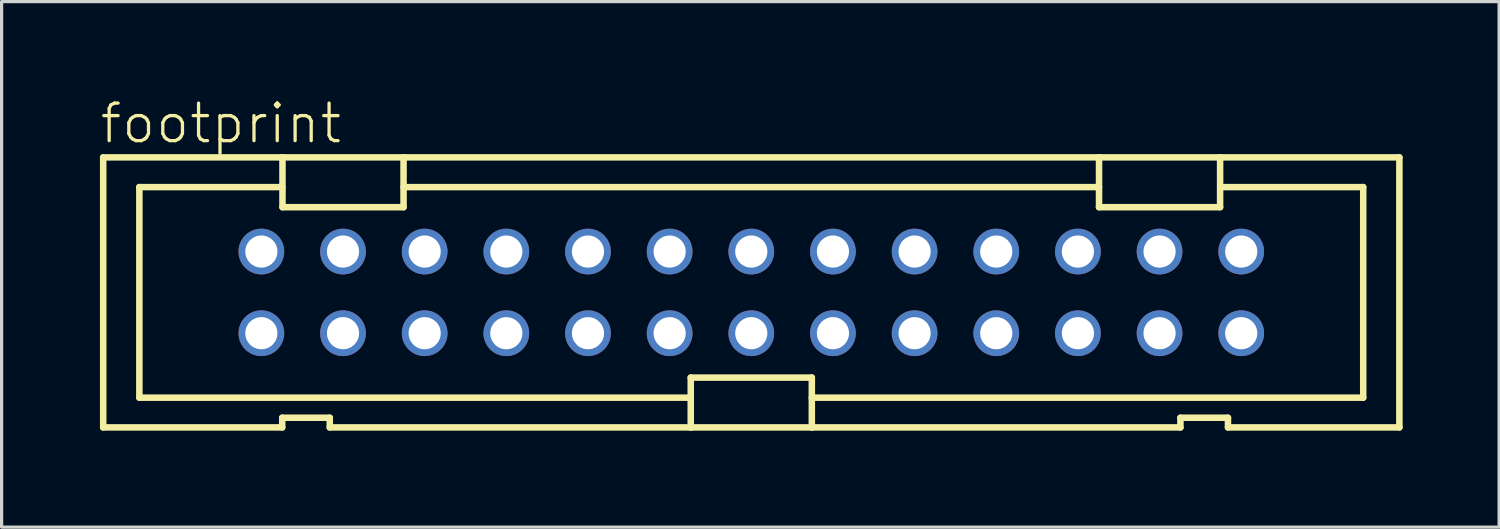
<source format=kicad_pcb>
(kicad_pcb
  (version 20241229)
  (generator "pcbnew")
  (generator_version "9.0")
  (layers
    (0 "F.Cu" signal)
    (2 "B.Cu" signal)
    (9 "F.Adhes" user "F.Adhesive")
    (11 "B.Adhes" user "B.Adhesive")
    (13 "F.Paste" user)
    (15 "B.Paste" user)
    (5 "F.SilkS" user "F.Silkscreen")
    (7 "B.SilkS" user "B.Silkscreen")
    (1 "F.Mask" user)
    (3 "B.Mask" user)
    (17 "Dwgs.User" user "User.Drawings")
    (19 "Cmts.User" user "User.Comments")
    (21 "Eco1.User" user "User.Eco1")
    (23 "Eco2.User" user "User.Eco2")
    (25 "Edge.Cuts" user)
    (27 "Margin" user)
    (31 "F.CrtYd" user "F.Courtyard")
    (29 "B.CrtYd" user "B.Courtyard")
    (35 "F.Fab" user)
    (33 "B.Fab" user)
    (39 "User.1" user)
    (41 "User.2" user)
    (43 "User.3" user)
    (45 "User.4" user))
  (footprint "footprint"
    (layer "F.Cu")
    (at 20.32 6.045)
    (property "Reference" "footprint" (at -20.32 -4.572 0) (layer "F.SilkS") (effects (font (size 1.168 1.168) (thickness 0.102)) (justify left bottom)))
    (fp_line (start -20.16 -4.2) (end -14.583 -4.2) (stroke (width 0.203) (type solid)) (layer "F.SilkS"))
    (fp_line (start -20.16 4.2) (end -20.16 -4.2) (stroke (width 0.203) (type solid)) (layer "F.SilkS"))
    (fp_line (start -19.035 -3.275) (end -14.59 -3.275) (stroke (width 0.203) (type solid)) (layer "F.SilkS"))
    (fp_line (start -19.035 3.275) (end -19.035 -3.275) (stroke (width 0.203) (type solid)) (layer "F.SilkS"))
    (fp_line (start -14.591 3.9) (end -14.591 4.2) (stroke (width 0.203) (type solid)) (layer "F.SilkS"))
    (fp_line (start -14.591 4.2) (end -20.16 4.2) (stroke (width 0.203) (type solid)) (layer "F.SilkS"))
    (fp_line (start -14.583 -4.2) (end -14.583 -2.65) (stroke (width 0.203) (type solid)) (layer "F.SilkS"))
    (fp_line (start -14.583 -4.2) (end -10.817 -4.2) (stroke (width 0.203) (type solid)) (layer "F.SilkS"))
    (fp_line (start -14.583 -2.65) (end -10.817 -2.65) (stroke (width 0.203) (type solid)) (layer "F.SilkS"))
    (fp_line (start -13.112 3.9) (end -14.591 3.9) (stroke (width 0.203) (type solid)) (layer "F.SilkS"))
    (fp_line (start -13.112 4.2) (end -13.112 3.9) (stroke (width 0.203) (type solid)) (layer "F.SilkS"))
    (fp_line (start -10.817 -4.2) (end 10.817 -4.2) (stroke (width 0.203) (type solid)) (layer "F.SilkS"))
    (fp_line (start -10.817 -2.65) (end -10.817 -4.2) (stroke (width 0.203) (type solid)) (layer "F.SilkS"))
    (fp_line (start -10.815 -3.275) (end 10.815 -3.275) (stroke (width 0.203) (type solid)) (layer "F.SilkS"))
    (fp_line (start -1.883 2.65) (end -1.883 4.2) (stroke (width 0.203) (type solid)) (layer "F.SilkS"))
    (fp_line (start -1.883 3.275) (end -19.035 3.275) (stroke (width 0.203) (type solid)) (layer "F.SilkS"))
    (fp_line (start -1.883 4.2) (end -13.112 4.2) (stroke (width 0.203) (type solid)) (layer "F.SilkS"))
    (fp_line (start 1.883 2.65) (end -1.883 2.65) (stroke (width 0.203) (type solid)) (layer "F.SilkS"))
    (fp_line (start 1.883 4.2) (end -1.883 4.2) (stroke (width 0.203) (type solid)) (layer "F.SilkS"))
    (fp_line (start 1.883 4.2) (end 1.883 2.65) (stroke (width 0.203) (type solid)) (layer "F.SilkS"))
    (fp_line (start 10.817 -4.2) (end 10.817 -2.65) (stroke (width 0.203) (type solid)) (layer "F.SilkS"))
    (fp_line (start 10.817 -4.2) (end 14.583 -4.2) (stroke (width 0.203) (type solid)) (layer "F.SilkS"))
    (fp_line (start 10.817 -2.65) (end 14.583 -2.65) (stroke (width 0.203) (type solid)) (layer "F.SilkS"))
    (fp_line (start 13.349 3.9) (end 13.349 4.2) (stroke (width 0.203) (type solid)) (layer "F.SilkS"))
    (fp_line (start 13.349 4.2) (end 1.883 4.2) (stroke (width 0.203) (type solid)) (layer "F.SilkS"))
    (fp_line (start 14.583 -4.2) (end 20.16 -4.2) (stroke (width 0.203) (type solid)) (layer "F.SilkS"))
    (fp_line (start 14.583 -2.65) (end 14.583 -4.2) (stroke (width 0.203) (type solid)) (layer "F.SilkS"))
    (fp_line (start 14.59 -3.275) (end 19.035 -3.275) (stroke (width 0.203) (type solid)) (layer "F.SilkS"))
    (fp_line (start 14.828 3.9) (end 13.349 3.9) (stroke (width 0.203) (type solid)) (layer "F.SilkS"))
    (fp_line (start 14.828 4.2) (end 14.828 3.9) (stroke (width 0.203) (type solid)) (layer "F.SilkS"))
    (fp_line (start 19.035 -3.275) (end 19.035 3.275) (stroke (width 0.203) (type solid)) (layer "F.SilkS"))
    (fp_line (start 19.035 3.275) (end 1.883 3.275) (stroke (width 0.203) (type solid)) (layer "F.SilkS"))
    (fp_line (start 20.16 -4.2) (end 20.16 4.2) (stroke (width 0.203) (type solid)) (layer "F.SilkS"))
    (fp_line (start 20.16 4.2) (end 14.828 4.2) (stroke (width 0.203) (type solid)) (layer "F.SilkS"))
    (pad "1" thru_hole circle (at -15.24 1.27) (size 1.422 1.422) (drill 1) (layers "*.Cu" "*.Mask"))
    (pad "2" thru_hole circle (at -15.24 -1.27) (size 1.422 1.422) (drill 1) (layers "*.Cu" "*.Mask"))
    (pad "3" thru_hole circle (at -12.7 1.27) (size 1.422 1.422) (drill 1) (layers "*.Cu" "*.Mask"))
    (pad "4" thru_hole circle (at -12.7 -1.27) (size 1.422 1.422) (drill 1) (layers "*.Cu" "*.Mask"))
    (pad "5" thru_hole circle (at -10.16 1.27) (size 1.422 1.422) (drill 1) (layers "*.Cu" "*.Mask"))
    (pad "6" thru_hole circle (at -10.16 -1.27) (size 1.422 1.422) (drill 1) (layers "*.Cu" "*.Mask"))
    (pad "7" thru_hole circle (at -7.62 1.27) (size 1.422 1.422) (drill 1) (layers "*.Cu" "*.Mask"))
    (pad "8" thru_hole circle (at -7.62 -1.27) (size 1.422 1.422) (drill 1) (layers "*.Cu" "*.Mask"))
    (pad "9" thru_hole circle (at -5.08 1.27) (size 1.422 1.422) (drill 1) (layers "*.Cu" "*.Mask"))
    (pad "10" thru_hole circle (at -5.08 -1.27) (size 1.422 1.422) (drill 1) (layers "*.Cu" "*.Mask"))
    (pad "11" thru_hole circle (at -2.54 1.27) (size 1.422 1.422) (drill 1) (layers "*.Cu" "*.Mask"))
    (pad "12" thru_hole circle (at -2.54 -1.27) (size 1.422 1.422) (drill 1) (layers "*.Cu" "*.Mask"))
    (pad "13" thru_hole circle (at 0 1.27) (size 1.422 1.422) (drill 1) (layers "*.Cu" "*.Mask"))
    (pad "14" thru_hole circle (at 0 -1.27) (size 1.422 1.422) (drill 1) (layers "*.Cu" "*.Mask"))
    (pad "15" thru_hole circle (at 2.54 1.27) (size 1.422 1.422) (drill 1) (layers "*.Cu" "*.Mask"))
    (pad "16" thru_hole circle (at 2.54 -1.27) (size 1.422 1.422) (drill 1) (layers "*.Cu" "*.Mask"))
    (pad "17" thru_hole circle (at 5.08 1.27) (size 1.422 1.422) (drill 1) (layers "*.Cu" "*.Mask"))
    (pad "18" thru_hole circle (at 5.08 -1.27) (size 1.422 1.422) (drill 1) (layers "*.Cu" "*.Mask"))
    (pad "19" thru_hole circle (at 7.62 1.27) (size 1.422 1.422) (drill 1) (layers "*.Cu" "*.Mask"))
    (pad "20" thru_hole circle (at 7.62 -1.27) (size 1.422 1.422) (drill 1) (layers "*.Cu" "*.Mask"))
    (pad "21" thru_hole circle (at 10.16 1.27) (size 1.422 1.422) (drill 1) (layers "*.Cu" "*.Mask"))
    (pad "22" thru_hole circle (at 10.16 -1.27) (size 1.422 1.422) (drill 1) (layers "*.Cu" "*.Mask"))
    (pad "23" thru_hole circle (at 12.7 1.27) (size 1.422 1.422) (drill 1) (layers "*.Cu" "*.Mask"))
    (pad "24" thru_hole circle (at 12.7 -1.27) (size 1.422 1.422) (drill 1) (layers "*.Cu" "*.Mask"))
    (pad "25" thru_hole circle (at 15.24 1.27) (size 1.422 1.422) (drill 1) (layers "*.Cu" "*.Mask"))
    (pad "26" thru_hole circle (at 15.24 -1.27) (size 1.422 1.422) (drill 1) (layers "*.Cu" "*.Mask")))
  (gr_rect
    (start -3 -3)
    (end 43.582 13.347)
    (stroke (width 0.1) (type default))
    (fill no)
    (layer "Edge.Cuts")))
</source>
